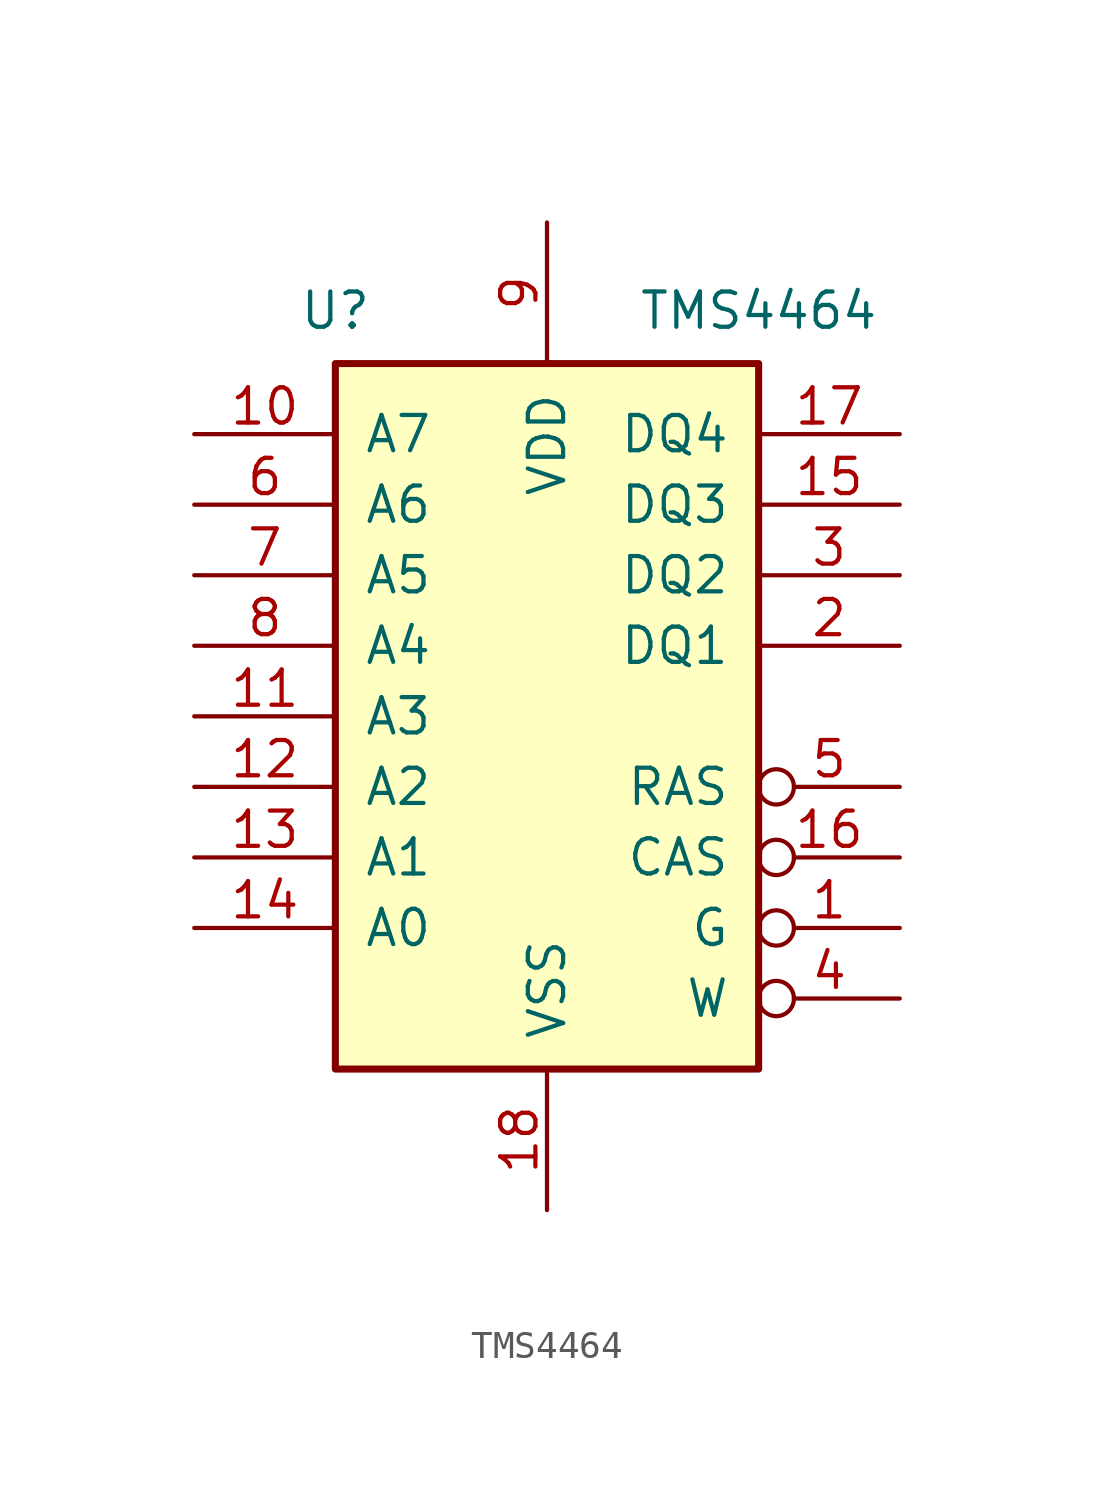
<source format=kicad_sym>
(kicad_symbol_lib
  (version 20211014)
  (generator kicad_symbol_editor)
  (symbol "TMS4464"
    (pin_names
      (offset 1.016))
    (property "Reference" "U"
      (at -7.62 30.48 0)
      (effects (font (size 1.27 1.27))))
    (property "Value" "TMS4464"
      (at 7.62 30.48 0)
      (effects (font (size 1.27 1.27))))
    (symbol "TMS4464_0_1"
      (rectangle (start 7.62 3.175) (end -7.62 28.575) (stroke (width 0.254) (type default) (color 0 0 0 0)) (fill (type background))))
    (symbol "TMS4464_1_1"
      (pin input inverted (at 12.7 8.255 180) (length 5.08) (name "G" (effects (font (size 1.27 1.27)))) (number "1" (effects (font (size 1.27 1.27)))))
      (pin input line (at -12.7 26.035 0) (length 5.08) (name "A7" (effects (font (size 1.27 1.27)))) (number "10" (effects (font (size 1.27 1.27)))))
      (pin input line (at -12.7 15.875 0) (length 5.08) (name "A3" (effects (font (size 1.27 1.27)))) (number "11" (effects (font (size 1.27 1.27)))))
      (pin input line (at -12.7 13.335 0) (length 5.08) (name "A2" (effects (font (size 1.27 1.27)))) (number "12" (effects (font (size 1.27 1.27)))))
      (pin input line (at -12.7 10.795 0) (length 5.08) (name "A1" (effects (font (size 1.27 1.27)))) (number "13" (effects (font (size 1.27 1.27)))))
      (pin input line (at -12.7 8.255 0) (length 5.08) (name "A0" (effects (font (size 1.27 1.27)))) (number "14" (effects (font (size 1.27 1.27)))))
      (pin bidirectional line (at 12.7 23.495 180) (length 5.08) (name "DQ3" (effects (font (size 1.27 1.27)))) (number "15" (effects (font (size 1.27 1.27)))))
      (pin input inverted (at 12.7 10.795 180) (length 5.08) (name "CAS" (effects (font (size 1.27 1.27)))) (number "16" (effects (font (size 1.27 1.27)))))
      (pin input line (at 12.7 26.035 180) (length 5.08) (name "DQ4" (effects (font (size 1.27 1.27)))) (number "17" (effects (font (size 1.27 1.27)))))
      (pin power_in line (at 0 -1.905 90) (length 5.08) (name "VSS" (effects (font (size 1.27 1.27)))) (number "18" (effects (font (size 1.27 1.27)))))
      (pin bidirectional line (at 12.7 18.415 180) (length 5.08) (name "DQ1" (effects (font (size 1.27 1.27)))) (number "2" (effects (font (size 1.27 1.27)))))
      (pin bidirectional line (at 12.7 20.955 180) (length 5.08) (name "DQ2" (effects (font (size 1.27 1.27)))) (number "3" (effects (font (size 1.27 1.27)))))
      (pin input inverted (at 12.7 5.715 180) (length 5.08) (name "W" (effects (font (size 1.27 1.27)))) (number "4" (effects (font (size 1.27 1.27)))))
      (pin input inverted (at 12.7 13.335 180) (length 5.08) (name "RAS" (effects (font (size 1.27 1.27)))) (number "5" (effects (font (size 1.27 1.27)))))
      (pin input line (at -12.7 23.495 0) (length 5.08) (name "A6" (effects (font (size 1.27 1.27)))) (number "6" (effects (font (size 1.27 1.27)))))
      (pin input line (at -12.7 20.955 0) (length 5.08) (name "A5" (effects (font (size 1.27 1.27)))) (number "7" (effects (font (size 1.27 1.27)))))
      (pin input line (at -12.7 18.415 0) (length 5.08) (name "A4" (effects (font (size 1.27 1.27)))) (number "8" (effects (font (size 1.27 1.27)))))
      (pin power_in line (at 0 33.655 270) (length 5.08) (name "VDD" (effects (font (size 1.27 1.27)))) (number "9" (effects (font (size 1.27 1.27))))))))
</source>
